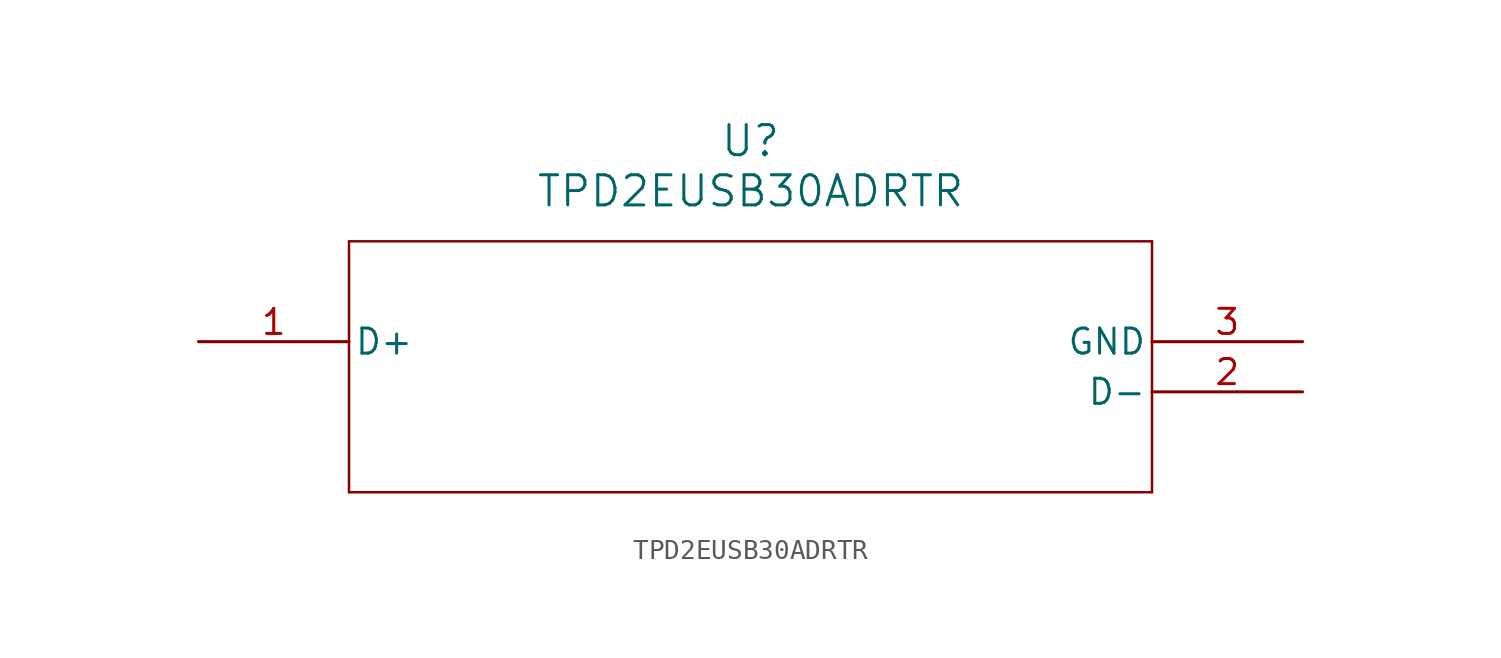
<source format=kicad_sym>
(kicad_symbol_lib
  (version 20211014)
  (generator kicad_symbol_editor)
  (symbol "TPD2EUSB30ADRTR"
    (pin_names
      (offset 0.254))
    (property "Reference" "U"
      (at 27.94 10.16 0)
      (effects (font (size 1.524 1.524))))
    (property "Value" "TPD2EUSB30ADRTR"
      (at 27.94 7.62 0)
      (effects (font (size 1.524 1.524))))
    (symbol "TPD2EUSB30ADRTR_0_1"
      (polyline (pts (xy 7.62 5.08) (xy 7.62 -7.62)) (stroke (width 0.127) (type default) (color 0 0 0 0)) (fill (type none)))
      (polyline (pts (xy 7.62 -7.62) (xy 48.26 -7.62)) (stroke (width 0.127) (type default) (color 0 0 0 0)) (fill (type none)))
      (polyline (pts (xy 48.26 -7.62) (xy 48.26 5.08)) (stroke (width 0.127) (type default) (color 0 0 0 0)) (fill (type none)))
      (polyline (pts (xy 48.26 5.08) (xy 7.62 5.08)) (stroke (width 0.127) (type default) (color 0 0 0 0)) (fill (type none)))
      (pin unspecified line (at 0 0 0) (length 7.62) (name "D+" (effects (font (size 1.27 1.27)))) (number "1" (effects (font (size 1.27 1.27)))))
      (pin unspecified line (at 55.88 -2.54 180) (length 7.62) (name "D-" (effects (font (size 1.27 1.27)))) (number "2" (effects (font (size 1.27 1.27)))))
      (pin power_in line (at 55.88 0 180) (length 7.62) (name "GND" (effects (font (size 1.27 1.27)))) (number "3" (effects (font (size 1.27 1.27))))))))
</source>
